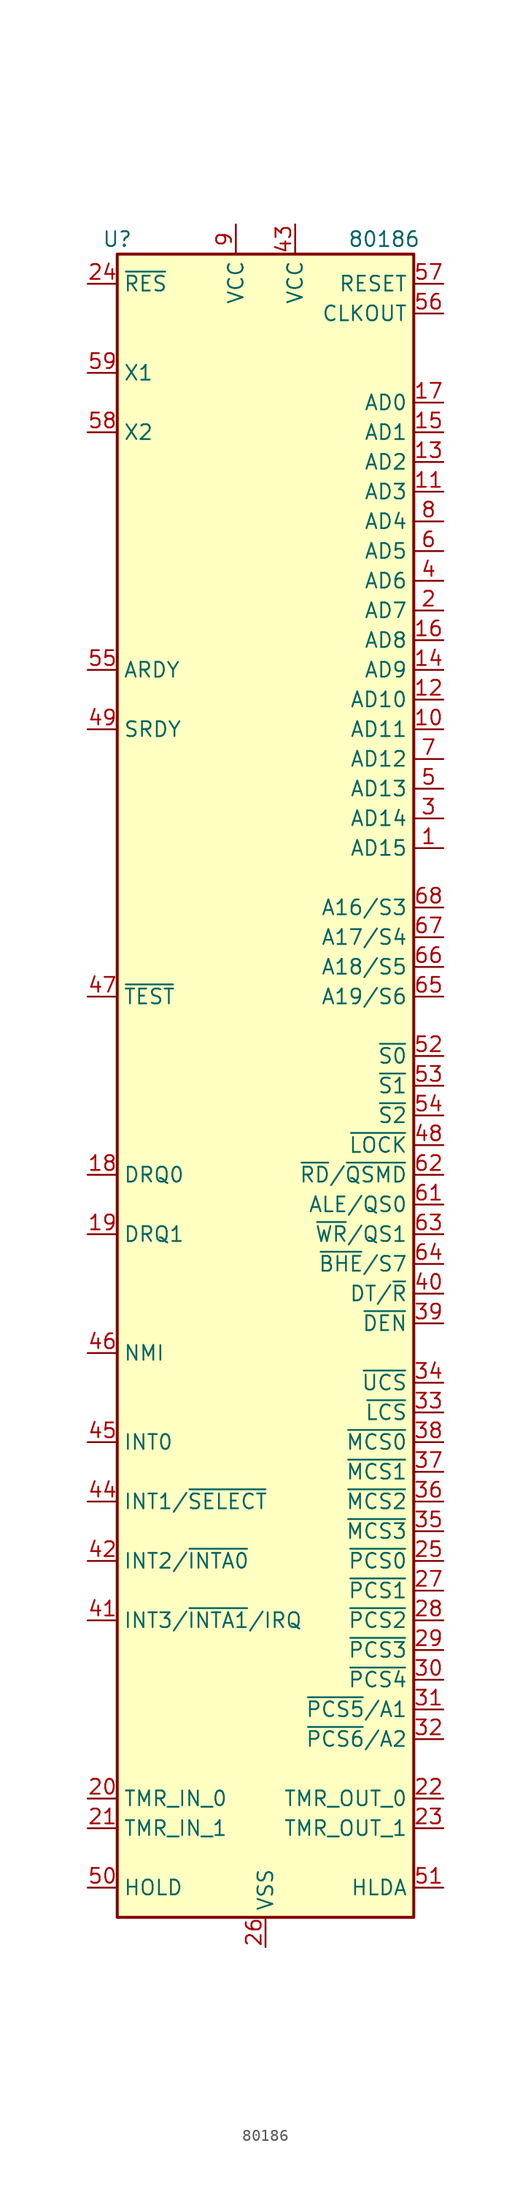
<source format=kicad_sym>
(kicad_symbol_lib
  (version 20201005)
  (generator kicad_symbol_editor)
  (symbol "MCU_Intel:80186"
    (property "Reference" "U"
      (at -12.7 72.39 0)
      (effects (font (size 1.27 1.27))))
    (property "Value" "80186"
      (at 10.16 72.39 0)
      (effects (font (size 1.27 1.27))))
    (symbol "80186_0_1"
      (rectangle (start 12.7 -71.12) (end -12.7 71.12) (stroke (width 0.254)) (fill (type background))))
    (symbol "80186_1_1"
      (pin bidirectional line (at 15.24 20.32 180) (length 2.54) (name "AD15" (effects (font (size 1.27 1.27)))) (number "1" (effects (font (size 1.27 1.27)))))
      (pin bidirectional line (at 15.24 30.48 180) (length 2.54) (name "AD11" (effects (font (size 1.27 1.27)))) (number "10" (effects (font (size 1.27 1.27)))))
      (pin bidirectional line (at 15.24 50.8 180) (length 2.54) (name "AD3" (effects (font (size 1.27 1.27)))) (number "11" (effects (font (size 1.27 1.27)))))
      (pin bidirectional line (at 15.24 33.02 180) (length 2.54) (name "AD10" (effects (font (size 1.27 1.27)))) (number "12" (effects (font (size 1.27 1.27)))))
      (pin bidirectional line (at 15.24 53.34 180) (length 2.54) (name "AD2" (effects (font (size 1.27 1.27)))) (number "13" (effects (font (size 1.27 1.27)))))
      (pin bidirectional line (at 15.24 35.56 180) (length 2.54) (name "AD9" (effects (font (size 1.27 1.27)))) (number "14" (effects (font (size 1.27 1.27)))))
      (pin bidirectional line (at 15.24 55.88 180) (length 2.54) (name "AD1" (effects (font (size 1.27 1.27)))) (number "15" (effects (font (size 1.27 1.27)))))
      (pin bidirectional line (at 15.24 38.1 180) (length 2.54) (name "AD8" (effects (font (size 1.27 1.27)))) (number "16" (effects (font (size 1.27 1.27)))))
      (pin bidirectional line (at 15.24 58.42 180) (length 2.54) (name "AD0" (effects (font (size 1.27 1.27)))) (number "17" (effects (font (size 1.27 1.27)))))
      (pin input line (at -15.24 -7.62 0) (length 2.54) (name "DRQ0" (effects (font (size 1.27 1.27)))) (number "18" (effects (font (size 1.27 1.27)))))
      (pin input line (at -15.24 -12.7 0) (length 2.54) (name "DRQ1" (effects (font (size 1.27 1.27)))) (number "19" (effects (font (size 1.27 1.27)))))
      (pin bidirectional line (at 15.24 40.64 180) (length 2.54) (name "AD7" (effects (font (size 1.27 1.27)))) (number "2" (effects (font (size 1.27 1.27)))))
      (pin input line (at -15.24 -60.96 0) (length 2.54) (name "TMR_IN_0" (effects (font (size 1.27 1.27)))) (number "20" (effects (font (size 1.27 1.27)))))
      (pin input line (at -15.24 -63.5 0) (length 2.54) (name "TMR_IN_1" (effects (font (size 1.27 1.27)))) (number "21" (effects (font (size 1.27 1.27)))))
      (pin output line (at 15.24 -60.96 180) (length 2.54) (name "TMR_OUT_0" (effects (font (size 1.27 1.27)))) (number "22" (effects (font (size 1.27 1.27)))))
      (pin output line (at 15.24 -63.5 180) (length 2.54) (name "TMR_OUT_1" (effects (font (size 1.27 1.27)))) (number "23" (effects (font (size 1.27 1.27)))))
      (pin input line (at -15.24 68.58 0) (length 2.54) (name "~RES~" (effects (font (size 1.27 1.27)))) (number "24" (effects (font (size 1.27 1.27)))))
      (pin output line (at 15.24 -40.64 180) (length 2.54) (name "~PCS0~" (effects (font (size 1.27 1.27)))) (number "25" (effects (font (size 1.27 1.27)))))
      (pin power_in line (at 0 -73.66 90) (length 2.54) (name "VSS" (effects (font (size 1.27 1.27)))) (number "26" (effects (font (size 1.27 1.27)))))
      (pin output line (at 15.24 -43.18 180) (length 2.54) (name "~PCS1~" (effects (font (size 1.27 1.27)))) (number "27" (effects (font (size 1.27 1.27)))))
      (pin output line (at 15.24 -45.72 180) (length 2.54) (name "~PCS2~" (effects (font (size 1.27 1.27)))) (number "28" (effects (font (size 1.27 1.27)))))
      (pin output line (at 15.24 -48.26 180) (length 2.54) (name "~PCS3~" (effects (font (size 1.27 1.27)))) (number "29" (effects (font (size 1.27 1.27)))))
      (pin bidirectional line (at 15.24 22.86 180) (length 2.54) (name "AD14" (effects (font (size 1.27 1.27)))) (number "3" (effects (font (size 1.27 1.27)))))
      (pin output line (at 15.24 -50.8 180) (length 2.54) (name "~PCS4~" (effects (font (size 1.27 1.27)))) (number "30" (effects (font (size 1.27 1.27)))))
      (pin output line (at 15.24 -53.34 180) (length 2.54) (name "~PCS5~/A1" (effects (font (size 1.27 1.27)))) (number "31" (effects (font (size 1.27 1.27)))))
      (pin output line (at 15.24 -55.88 180) (length 2.54) (name "~PCS6~/A2" (effects (font (size 1.27 1.27)))) (number "32" (effects (font (size 1.27 1.27)))))
      (pin output line (at 15.24 -27.94 180) (length 2.54) (name "~LCS~" (effects (font (size 1.27 1.27)))) (number "33" (effects (font (size 1.27 1.27)))))
      (pin output line (at 15.24 -25.4 180) (length 2.54) (name "~UCS~" (effects (font (size 1.27 1.27)))) (number "34" (effects (font (size 1.27 1.27)))))
      (pin output line (at 15.24 -38.1 180) (length 2.54) (name "~MCS3~" (effects (font (size 1.27 1.27)))) (number "35" (effects (font (size 1.27 1.27)))))
      (pin output line (at 15.24 -35.56 180) (length 2.54) (name "~MCS2~" (effects (font (size 1.27 1.27)))) (number "36" (effects (font (size 1.27 1.27)))))
      (pin output line (at 15.24 -33.02 180) (length 2.54) (name "~MCS1~" (effects (font (size 1.27 1.27)))) (number "37" (effects (font (size 1.27 1.27)))))
      (pin output line (at 15.24 -30.48 180) (length 2.54) (name "~MCS0~" (effects (font (size 1.27 1.27)))) (number "38" (effects (font (size 1.27 1.27)))))
      (pin output line (at 15.24 -20.32 180) (length 2.54) (name "~DEN~" (effects (font (size 1.27 1.27)))) (number "39" (effects (font (size 1.27 1.27)))))
      (pin bidirectional line (at 15.24 43.18 180) (length 2.54) (name "AD6" (effects (font (size 1.27 1.27)))) (number "4" (effects (font (size 1.27 1.27)))))
      (pin output line (at 15.24 -17.78 180) (length 2.54) (name "DT/~R~" (effects (font (size 1.27 1.27)))) (number "40" (effects (font (size 1.27 1.27)))))
      (pin bidirectional line (at -15.24 -45.72 0) (length 2.54) (name "INT3/~INTA1~/IRQ" (effects (font (size 1.27 1.27)))) (number "41" (effects (font (size 1.27 1.27)))))
      (pin bidirectional line (at -15.24 -40.64 0) (length 2.54) (name "INT2/~INTA0~" (effects (font (size 1.27 1.27)))) (number "42" (effects (font (size 1.27 1.27)))))
      (pin power_in line (at 2.54 73.66 270) (length 2.54) (name "VCC" (effects (font (size 1.27 1.27)))) (number "43" (effects (font (size 1.27 1.27)))))
      (pin input line (at -15.24 -35.56 0) (length 2.54) (name "INT1/~SELECT~" (effects (font (size 1.27 1.27)))) (number "44" (effects (font (size 1.27 1.27)))))
      (pin input line (at -15.24 -30.48 0) (length 2.54) (name "INT0" (effects (font (size 1.27 1.27)))) (number "45" (effects (font (size 1.27 1.27)))))
      (pin input line (at -15.24 -22.86 0) (length 2.54) (name "NMI" (effects (font (size 1.27 1.27)))) (number "46" (effects (font (size 1.27 1.27)))))
      (pin bidirectional line (at -15.24 7.62 0) (length 2.54) (name "~TEST~" (effects (font (size 1.27 1.27)))) (number "47" (effects (font (size 1.27 1.27)))))
      (pin output line (at 15.24 -5.08 180) (length 2.54) (name "~LOCK~" (effects (font (size 1.27 1.27)))) (number "48" (effects (font (size 1.27 1.27)))))
      (pin input line (at -15.24 30.48 0) (length 2.54) (name "SRDY" (effects (font (size 1.27 1.27)))) (number "49" (effects (font (size 1.27 1.27)))))
      (pin bidirectional line (at 15.24 25.4 180) (length 2.54) (name "AD13" (effects (font (size 1.27 1.27)))) (number "5" (effects (font (size 1.27 1.27)))))
      (pin input line (at -15.24 -68.58 0) (length 2.54) (name "HOLD" (effects (font (size 1.27 1.27)))) (number "50" (effects (font (size 1.27 1.27)))))
      (pin output line (at 15.24 -68.58 180) (length 2.54) (name "HLDA" (effects (font (size 1.27 1.27)))) (number "51" (effects (font (size 1.27 1.27)))))
      (pin output line (at 15.24 2.54 180) (length 2.54) (name "~S0~" (effects (font (size 1.27 1.27)))) (number "52" (effects (font (size 1.27 1.27)))))
      (pin output line (at 15.24 0 180) (length 2.54) (name "~S1~" (effects (font (size 1.27 1.27)))) (number "53" (effects (font (size 1.27 1.27)))))
      (pin output line (at 15.24 -2.54 180) (length 2.54) (name "~S2~" (effects (font (size 1.27 1.27)))) (number "54" (effects (font (size 1.27 1.27)))))
      (pin input line (at -15.24 35.56 0) (length 2.54) (name "ARDY" (effects (font (size 1.27 1.27)))) (number "55" (effects (font (size 1.27 1.27)))))
      (pin output line (at 15.24 66.04 180) (length 2.54) (name "CLKOUT" (effects (font (size 1.27 1.27)))) (number "56" (effects (font (size 1.27 1.27)))))
      (pin output line (at 15.24 68.58 180) (length 2.54) (name "RESET" (effects (font (size 1.27 1.27)))) (number "57" (effects (font (size 1.27 1.27)))))
      (pin output line (at -15.24 55.88 0) (length 2.54) (name "X2" (effects (font (size 1.27 1.27)))) (number "58" (effects (font (size 1.27 1.27)))))
      (pin input line (at -15.24 60.96 0) (length 2.54) (name "X1" (effects (font (size 1.27 1.27)))) (number "59" (effects (font (size 1.27 1.27)))))
      (pin bidirectional line (at 15.24 45.72 180) (length 2.54) (name "AD5" (effects (font (size 1.27 1.27)))) (number "6" (effects (font (size 1.27 1.27)))))
      (pin passive line (at 0 -73.66 90) (length 2.54) hide (name "VSS" (effects (font (size 1.27 1.27)))) (number "60" (effects (font (size 1.27 1.27)))))
      (pin output line (at 15.24 -10.16 180) (length 2.54) (name "ALE/QS0" (effects (font (size 1.27 1.27)))) (number "61" (effects (font (size 1.27 1.27)))))
      (pin output line (at 15.24 -7.62 180) (length 2.54) (name "~RD~/~QSMD~" (effects (font (size 1.27 1.27)))) (number "62" (effects (font (size 1.27 1.27)))))
      (pin output line (at 15.24 -12.7 180) (length 2.54) (name "~WR~/QS1" (effects (font (size 1.27 1.27)))) (number "63" (effects (font (size 1.27 1.27)))))
      (pin output line (at 15.24 -15.24 180) (length 2.54) (name "~BHE~/S7" (effects (font (size 1.27 1.27)))) (number "64" (effects (font (size 1.27 1.27)))))
      (pin output line (at 15.24 7.62 180) (length 2.54) (name "A19/S6" (effects (font (size 1.27 1.27)))) (number "65" (effects (font (size 1.27 1.27)))))
      (pin output line (at 15.24 10.16 180) (length 2.54) (name "A18/S5" (effects (font (size 1.27 1.27)))) (number "66" (effects (font (size 1.27 1.27)))))
      (pin output line (at 15.24 12.7 180) (length 2.54) (name "A17/S4" (effects (font (size 1.27 1.27)))) (number "67" (effects (font (size 1.27 1.27)))))
      (pin output line (at 15.24 15.24 180) (length 2.54) (name "A16/S3" (effects (font (size 1.27 1.27)))) (number "68" (effects (font (size 1.27 1.27)))))
      (pin bidirectional line (at 15.24 27.94 180) (length 2.54) (name "AD12" (effects (font (size 1.27 1.27)))) (number "7" (effects (font (size 1.27 1.27)))))
      (pin bidirectional line (at 15.24 48.26 180) (length 2.54) (name "AD4" (effects (font (size 1.27 1.27)))) (number "8" (effects (font (size 1.27 1.27)))))
      (pin power_in line (at -2.54 73.66 270) (length 2.54) (name "VCC" (effects (font (size 1.27 1.27)))) (number "9" (effects (font (size 1.27 1.27))))))))
</source>
